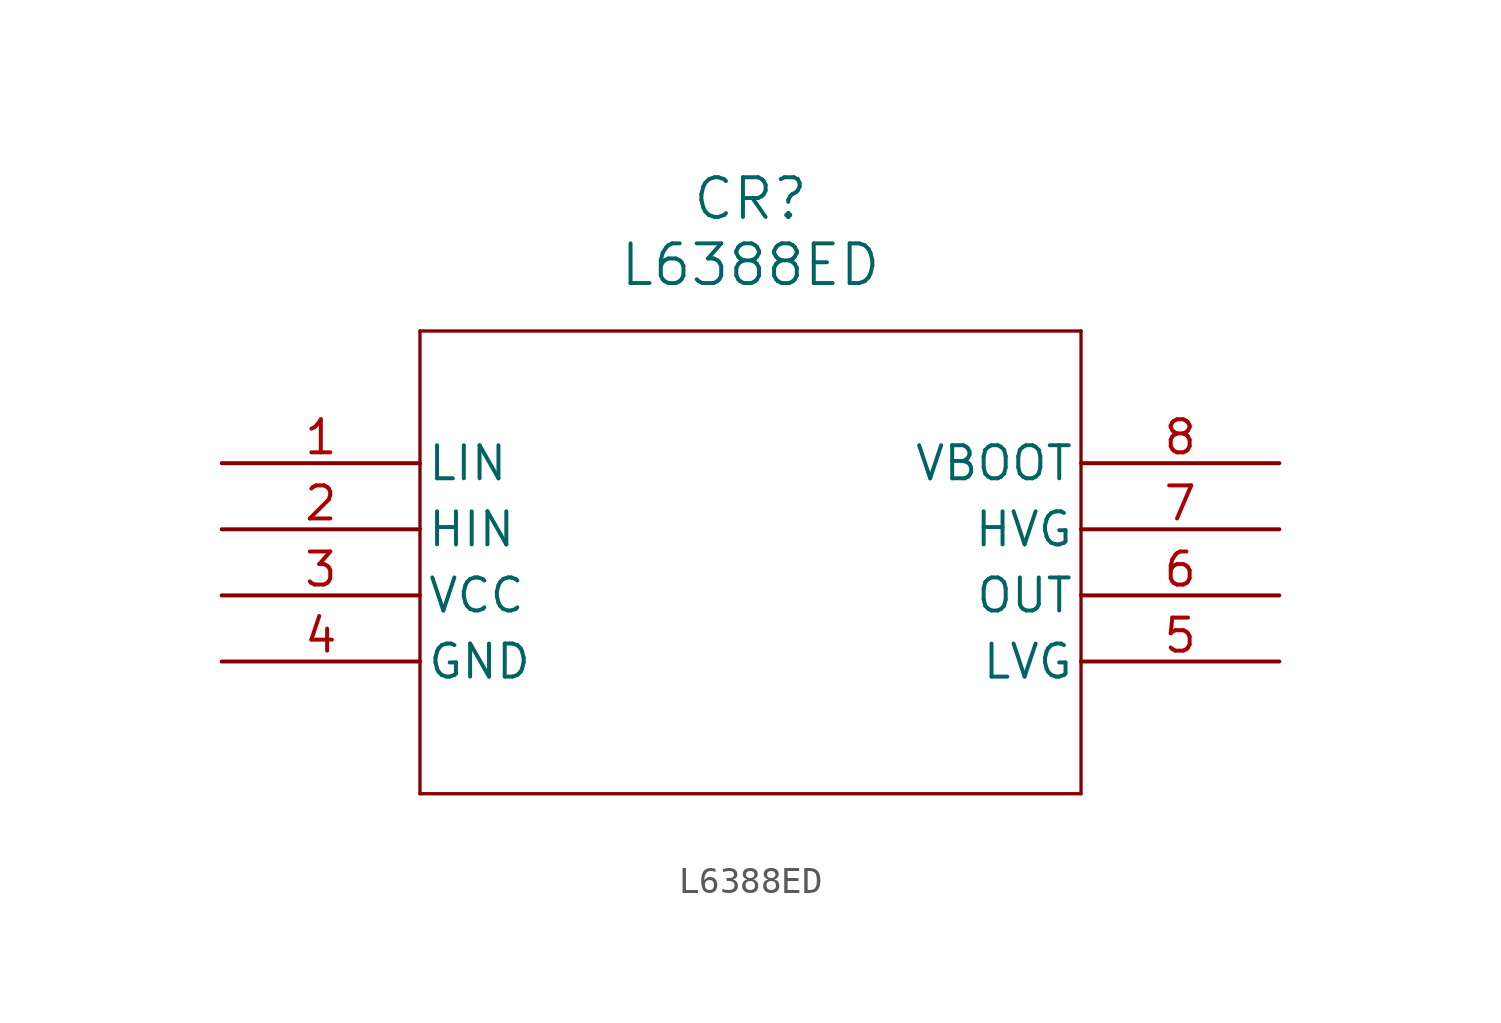
<source format=kicad_sym>
(kicad_symbol_lib
  (version 20211014)
  (generator kicad_symbol_editor)
  (symbol "L6388ED"
    (pin_names
      (offset 0.254))
    (property "Reference" "CR"
      (at 20.32 10.16 0)
      (effects (font (size 1.524 1.524))))
    (property "Value" "L6388ED"
      (at 20.32 7.62 0)
      (effects (font (size 1.524 1.524))))
    (symbol "L6388ED_0_1"
      (polyline (pts (xy 7.62 5.08) (xy 7.62 -12.7)) (stroke (width 0.127) (type default) (color 0 0 0 0)) (fill (type none)))
      (polyline (pts (xy 7.62 -12.7) (xy 33.02 -12.7)) (stroke (width 0.127) (type default) (color 0 0 0 0)) (fill (type none)))
      (polyline (pts (xy 33.02 -12.7) (xy 33.02 5.08)) (stroke (width 0.127) (type default) (color 0 0 0 0)) (fill (type none)))
      (polyline (pts (xy 33.02 5.08) (xy 7.62 5.08)) (stroke (width 0.127) (type default) (color 0 0 0 0)) (fill (type none)))
      (pin input line (at 0 0 0) (length 7.62) (name "LIN" (effects (font (size 1.27 1.27)))) (number "1" (effects (font (size 1.27 1.27)))))
      (pin input line (at 0 -2.54 0) (length 7.62) (name "HIN" (effects (font (size 1.27 1.27)))) (number "2" (effects (font (size 1.27 1.27)))))
      (pin power_in line (at 0 -5.08 0) (length 7.62) (name "VCC" (effects (font (size 1.27 1.27)))) (number "3" (effects (font (size 1.27 1.27)))))
      (pin power_in line (at 0 -7.62 0) (length 7.62) (name "GND" (effects (font (size 1.27 1.27)))) (number "4" (effects (font (size 1.27 1.27)))))
      (pin output line (at 40.64 -7.62 180) (length 7.62) (name "LVG" (effects (font (size 1.27 1.27)))) (number "5" (effects (font (size 1.27 1.27)))))
      (pin output line (at 40.64 -5.08 180) (length 7.62) (name "OUT" (effects (font (size 1.27 1.27)))) (number "6" (effects (font (size 1.27 1.27)))))
      (pin output line (at 40.64 -2.54 180) (length 7.62) (name "HVG" (effects (font (size 1.27 1.27)))) (number "7" (effects (font (size 1.27 1.27)))))
      (pin power_in line (at 40.64 0 180) (length 7.62) (name "VBOOT" (effects (font (size 1.27 1.27)))) (number "8" (effects (font (size 1.27 1.27))))))))
</source>
